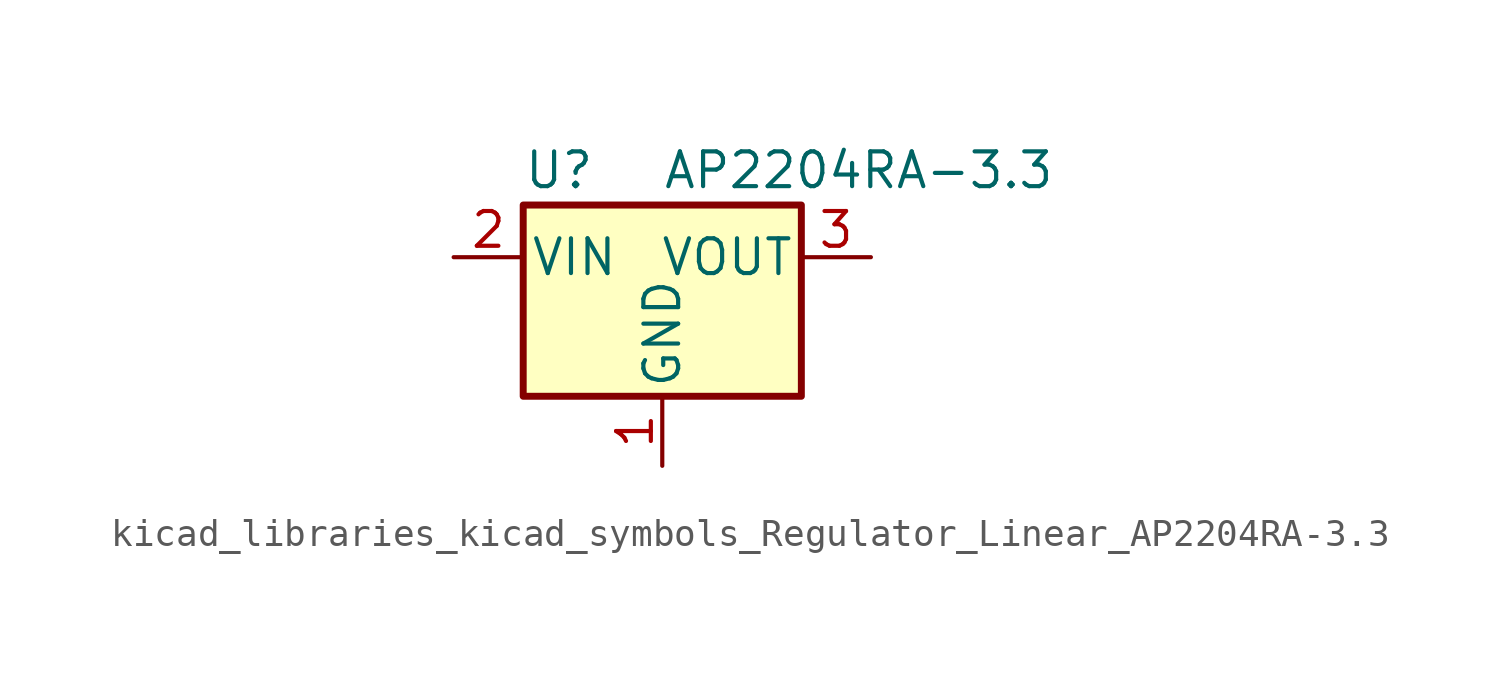
<source format=kicad_sym>
(kicad_symbol_lib
  (version 20220914)
  (generator kicad_symbol_editor)
  (symbol "kicad_libraries_kicad_symbols_Regulator_Linear_AP2204RA-3.3"
    (pin_names
      (offset 0.254))
    (property "Reference" "U"
      (at -5.08 3.175 0)
      (effects (font (size 1.27 1.27)) (justify left)))
    (property "Value" "AP2204RA-3.3"
      (at 0 3.175 0)
      (effects (font (size 1.27 1.27)) (justify left)))
    (symbol "kicad_libraries_kicad_symbols_Regulator_Linear_AP2204RA-3.3_0_1"
      (rectangle (start -5.08 1.905) (end 5.08 -5.08) (stroke (width 0.254) (type default)) (fill (type background))))
    (symbol "kicad_libraries_kicad_symbols_Regulator_Linear_AP2204RA-3.3_1_1"
      (pin power_in line (at 0 -7.62 90) (length 2.54) (name "GND" (effects (font (size 1.27 1.27)))) (number "1" (effects (font (size 1.27 1.27)))))
      (pin power_in line (at -7.62 0 0) (length 2.54) (name "VIN" (effects (font (size 1.27 1.27)))) (number "2" (effects (font (size 1.27 1.27)))))
      (pin power_out line (at 7.62 0 180) (length 2.54) (name "VOUT" (effects (font (size 1.27 1.27)))) (number "3" (effects (font (size 1.27 1.27))))))))
</source>
